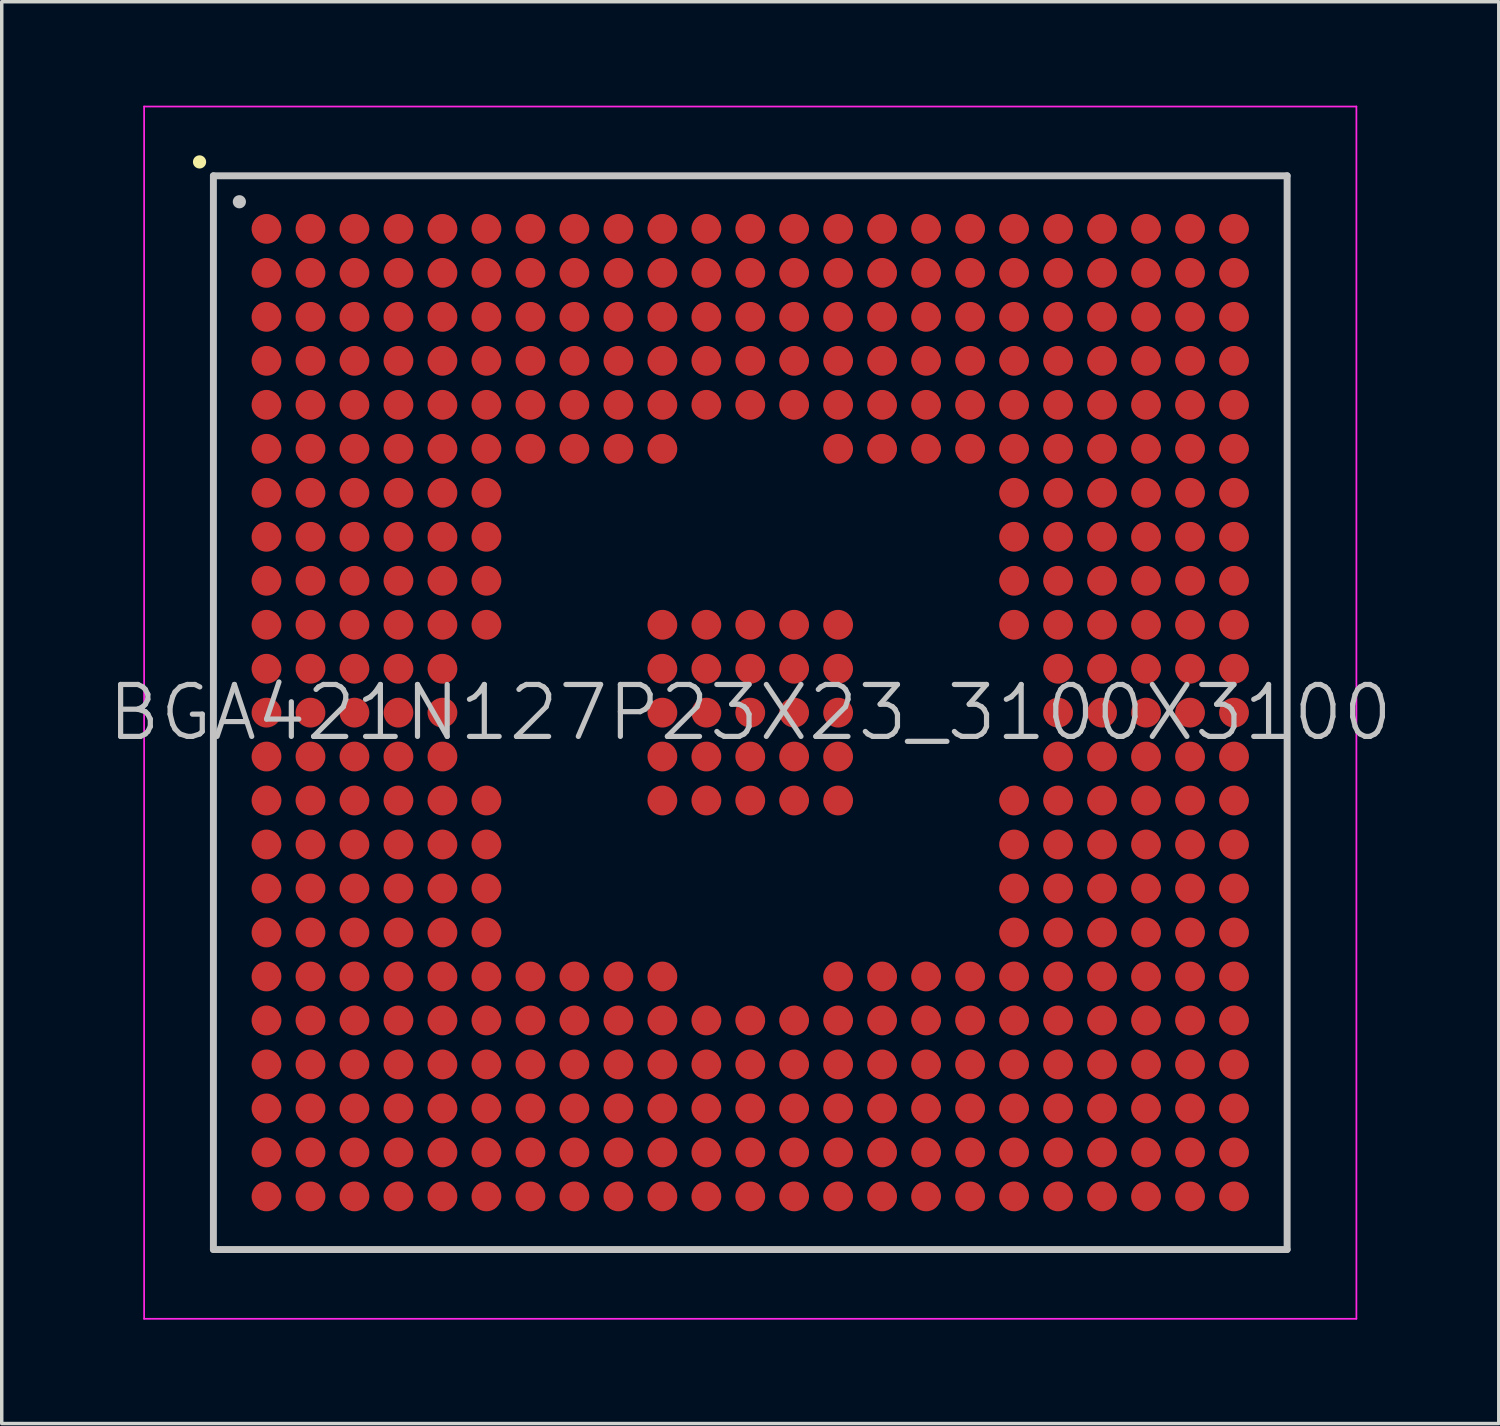
<source format=kicad_pcb>
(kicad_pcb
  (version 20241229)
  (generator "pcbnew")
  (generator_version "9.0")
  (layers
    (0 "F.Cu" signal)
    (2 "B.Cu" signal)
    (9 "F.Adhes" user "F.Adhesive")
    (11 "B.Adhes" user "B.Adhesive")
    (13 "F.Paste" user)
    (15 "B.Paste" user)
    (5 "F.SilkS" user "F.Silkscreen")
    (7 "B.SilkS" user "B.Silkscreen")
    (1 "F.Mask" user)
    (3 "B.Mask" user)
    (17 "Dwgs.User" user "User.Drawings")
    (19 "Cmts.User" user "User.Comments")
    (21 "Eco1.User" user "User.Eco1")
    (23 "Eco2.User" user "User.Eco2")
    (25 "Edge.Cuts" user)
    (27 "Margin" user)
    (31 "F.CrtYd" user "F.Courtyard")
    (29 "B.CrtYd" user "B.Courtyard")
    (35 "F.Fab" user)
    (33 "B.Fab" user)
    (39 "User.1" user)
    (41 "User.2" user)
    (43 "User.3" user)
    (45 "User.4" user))
  (footprint "BGA421N127P23X23_3100X3100"
    (layer "F.Cu")
    (at 18.611 17.525)
    (property "Reference" "BGA421N127P23X23_3100X3100" (at 0 0 0) (layer "Dwgs.User") (effects (font (size 1.5 1.5) (thickness 0.15))))
    (attr smd)
    (fp_line (start -15.9 -15.9) (end -15.9 -15.9) (stroke (width 0.381) (type solid)) (layer "F.SilkS"))
    (fp_line (start -15.5 -15.5) (end -15.5 15.5) (stroke (width 0.2) (type solid)) (layer "Dwgs.User"))
    (fp_line (start -15.5 -15.5) (end 15.5 -15.5) (stroke (width 0.2) (type solid)) (layer "Dwgs.User"))
    (fp_line (start -15.5 15.5) (end 15.5 15.5) (stroke (width 0.2) (type solid)) (layer "Dwgs.User"))
    (fp_line (start -14.75 -14.75) (end -14.75 -14.75) (stroke (width 0.381) (type solid)) (layer "Dwgs.User"))
    (fp_line (start 15.5 -15.5) (end 15.5 15.5) (stroke (width 0.2) (type solid)) (layer "Dwgs.User"))
    (fp_line (start -17.5 -17.5) (end -17.5 17.5) (stroke (width 0.05) (type solid)) (layer "F.CrtYd"))
    (fp_line (start -17.5 -17.5) (end 17.5 -17.5) (stroke (width 0.05) (type solid)) (layer "F.CrtYd"))
    (fp_line (start -17.5 17.5) (end 17.5 17.5) (stroke (width 0.05) (type solid)) (layer "F.CrtYd"))
    (fp_line (start 17.5 -17.5) (end 17.5 17.5) (stroke (width 0.05) (type solid)) (layer "F.CrtYd"))
    (pad "A1" smd circle (at -13.967 -13.967 270) (size 0.86 0.86) (layers "F.Cu" "F.Mask" "F.Paste"))
    (pad "A2" smd circle (at -12.697 -13.967 270) (size 0.86 0.86) (layers "F.Cu" "F.Mask" "F.Paste"))
    (pad "A3" smd circle (at -11.427 -13.967 270) (size 0.86 0.86) (layers "F.Cu" "F.Mask" "F.Paste"))
    (pad "A4" smd circle (at -10.157 -13.967 270) (size 0.86 0.86) (layers "F.Cu" "F.Mask" "F.Paste"))
    (pad "A5" smd circle (at -8.887 -13.967 270) (size 0.86 0.86) (layers "F.Cu" "F.Mask" "F.Paste"))
    (pad "A6" smd circle (at -7.617 -13.967 270) (size 0.86 0.86) (layers "F.Cu" "F.Mask" "F.Paste"))
    (pad "A7" smd circle (at -6.347 -13.967 270) (size 0.86 0.86) (layers "F.Cu" "F.Mask" "F.Paste"))
    (pad "A8" smd circle (at -5.077 -13.967 270) (size 0.86 0.86) (layers "F.Cu" "F.Mask" "F.Paste"))
    (pad "A9" smd circle (at -3.807 -13.967 270) (size 0.86 0.86) (layers "F.Cu" "F.Mask" "F.Paste"))
    (pad "A10" smd circle (at -2.537 -13.967 270) (size 0.86 0.86) (layers "F.Cu" "F.Mask" "F.Paste"))
    (pad "A11" smd circle (at -1.267 -13.967 270) (size 0.86 0.86) (layers "F.Cu" "F.Mask" "F.Paste"))
    (pad "A12" smd circle (at 0 -13.967 270) (size 0.86 0.86) (layers "F.Cu" "F.Mask" "F.Paste"))
    (pad "A13" smd circle (at 1.267 -13.967 270) (size 0.86 0.86) (layers "F.Cu" "F.Mask" "F.Paste"))
    (pad "A14" smd circle (at 2.537 -13.967 270) (size 0.86 0.86) (layers "F.Cu" "F.Mask" "F.Paste"))
    (pad "A15" smd circle (at 3.807 -13.967 270) (size 0.86 0.86) (layers "F.Cu" "F.Mask" "F.Paste"))
    (pad "A16" smd circle (at 5.077 -13.967 270) (size 0.86 0.86) (layers "F.Cu" "F.Mask" "F.Paste"))
    (pad "A17" smd circle (at 6.347 -13.967 270) (size 0.86 0.86) (layers "F.Cu" "F.Mask" "F.Paste"))
    (pad "A18" smd circle (at 7.617 -13.967 270) (size 0.86 0.86) (layers "F.Cu" "F.Mask" "F.Paste"))
    (pad "A19" smd circle (at 8.887 -13.967 270) (size 0.86 0.86) (layers "F.Cu" "F.Mask" "F.Paste"))
    (pad "A20" smd circle (at 10.157 -13.967 270) (size 0.86 0.86) (layers "F.Cu" "F.Mask" "F.Paste"))
    (pad "A21" smd circle (at 11.427 -13.967 270) (size 0.86 0.86) (layers "F.Cu" "F.Mask" "F.Paste"))
    (pad "A22" smd circle (at 12.697 -13.967 270) (size 0.86 0.86) (layers "F.Cu" "F.Mask" "F.Paste"))
    (pad "A23" smd circle (at 13.967 -13.967 270) (size 0.86 0.86) (layers "F.Cu" "F.Mask" "F.Paste"))
    (pad "AA1" smd circle (at -13.967 11.427 270) (size 0.86 0.86) (layers "F.Cu" "F.Mask" "F.Paste"))
    (pad "AA2" smd circle (at -12.697 11.427 270) (size 0.86 0.86) (layers "F.Cu" "F.Mask" "F.Paste"))
    (pad "AA3" smd circle (at -11.427 11.427 270) (size 0.86 0.86) (layers "F.Cu" "F.Mask" "F.Paste"))
    (pad "AA4" smd circle (at -10.157 11.427 270) (size 0.86 0.86) (layers "F.Cu" "F.Mask" "F.Paste"))
    (pad "AA5" smd circle (at -8.887 11.427 270) (size 0.86 0.86) (layers "F.Cu" "F.Mask" "F.Paste"))
    (pad "AA6" smd circle (at -7.617 11.427 270) (size 0.86 0.86) (layers "F.Cu" "F.Mask" "F.Paste"))
    (pad "AA7" smd circle (at -6.347 11.427 270) (size 0.86 0.86) (layers "F.Cu" "F.Mask" "F.Paste"))
    (pad "AA8" smd circle (at -5.077 11.427 270) (size 0.86 0.86) (layers "F.Cu" "F.Mask" "F.Paste"))
    (pad "AA9" smd circle (at -3.807 11.427 270) (size 0.86 0.86) (layers "F.Cu" "F.Mask" "F.Paste"))
    (pad "AA10" smd circle (at -2.537 11.427 270) (size 0.86 0.86) (layers "F.Cu" "F.Mask" "F.Paste"))
    (pad "AA11" smd circle (at -1.267 11.427 270) (size 0.86 0.86) (layers "F.Cu" "F.Mask" "F.Paste"))
    (pad "AA12" smd circle (at 0 11.427 270) (size 0.86 0.86) (layers "F.Cu" "F.Mask" "F.Paste"))
    (pad "AA13" smd circle (at 1.267 11.427 270) (size 0.86 0.86) (layers "F.Cu" "F.Mask" "F.Paste"))
    (pad "AA14" smd circle (at 2.537 11.427 270) (size 0.86 0.86) (layers "F.Cu" "F.Mask" "F.Paste"))
    (pad "AA15" smd circle (at 3.807 11.427 270) (size 0.86 0.86) (layers "F.Cu" "F.Mask" "F.Paste"))
    (pad "AA16" smd circle (at 5.077 11.427 270) (size 0.86 0.86) (layers "F.Cu" "F.Mask" "F.Paste"))
    (pad "AA17" smd circle (at 6.347 11.427 270) (size 0.86 0.86) (layers "F.Cu" "F.Mask" "F.Paste"))
    (pad "AA18" smd circle (at 7.617 11.427 270) (size 0.86 0.86) (layers "F.Cu" "F.Mask" "F.Paste"))
    (pad "AA19" smd circle (at 8.887 11.427 270) (size 0.86 0.86) (layers "F.Cu" "F.Mask" "F.Paste"))
    (pad "AA20" smd circle (at 10.157 11.427 270) (size 0.86 0.86) (layers "F.Cu" "F.Mask" "F.Paste"))
    (pad "AA21" smd circle (at 11.427 11.427 270) (size 0.86 0.86) (layers "F.Cu" "F.Mask" "F.Paste"))
    (pad "AA22" smd circle (at 12.697 11.427 270) (size 0.86 0.86) (layers "F.Cu" "F.Mask" "F.Paste"))
    (pad "AA23" smd circle (at 13.967 11.427 270) (size 0.86 0.86) (layers "F.Cu" "F.Mask" "F.Paste"))
    (pad "AB1" smd circle (at -13.967 12.697 270) (size 0.86 0.86) (layers "F.Cu" "F.Mask" "F.Paste"))
    (pad "AB2" smd circle (at -12.697 12.697 270) (size 0.86 0.86) (layers "F.Cu" "F.Mask" "F.Paste"))
    (pad "AB3" smd circle (at -11.427 12.697 270) (size 0.86 0.86) (layers "F.Cu" "F.Mask" "F.Paste"))
    (pad "AB4" smd circle (at -10.157 12.697 270) (size 0.86 0.86) (layers "F.Cu" "F.Mask" "F.Paste"))
    (pad "AB5" smd circle (at -8.887 12.697 270) (size 0.86 0.86) (layers "F.Cu" "F.Mask" "F.Paste"))
    (pad "AB6" smd circle (at -7.617 12.697 270) (size 0.86 0.86) (layers "F.Cu" "F.Mask" "F.Paste"))
    (pad "AB7" smd circle (at -6.347 12.697 270) (size 0.86 0.86) (layers "F.Cu" "F.Mask" "F.Paste"))
    (pad "AB8" smd circle (at -5.077 12.697 270) (size 0.86 0.86) (layers "F.Cu" "F.Mask" "F.Paste"))
    (pad "AB9" smd circle (at -3.807 12.697 270) (size 0.86 0.86) (layers "F.Cu" "F.Mask" "F.Paste"))
    (pad "AB10" smd circle (at -2.537 12.697 270) (size 0.86 0.86) (layers "F.Cu" "F.Mask" "F.Paste"))
    (pad "AB11" smd circle (at -1.267 12.697 270) (size 0.86 0.86) (layers "F.Cu" "F.Mask" "F.Paste"))
    (pad "AB12" smd circle (at 0 12.697 270) (size 0.86 0.86) (layers "F.Cu" "F.Mask" "F.Paste"))
    (pad "AB13" smd circle (at 1.267 12.697 270) (size 0.86 0.86) (layers "F.Cu" "F.Mask" "F.Paste"))
    (pad "AB14" smd circle (at 2.537 12.697 270) (size 0.86 0.86) (layers "F.Cu" "F.Mask" "F.Paste"))
    (pad "AB15" smd circle (at 3.807 12.697 270) (size 0.86 0.86) (layers "F.Cu" "F.Mask" "F.Paste"))
    (pad "AB16" smd circle (at 5.077 12.697 270) (size 0.86 0.86) (layers "F.Cu" "F.Mask" "F.Paste"))
    (pad "AB17" smd circle (at 6.347 12.697 270) (size 0.86 0.86) (layers "F.Cu" "F.Mask" "F.Paste"))
    (pad "AB18" smd circle (at 7.617 12.697 270) (size 0.86 0.86) (layers "F.Cu" "F.Mask" "F.Paste"))
    (pad "AB19" smd circle (at 8.887 12.697 270) (size 0.86 0.86) (layers "F.Cu" "F.Mask" "F.Paste"))
    (pad "AB20" smd circle (at 10.157 12.697 270) (size 0.86 0.86) (layers "F.Cu" "F.Mask" "F.Paste"))
    (pad "AB21" smd circle (at 11.427 12.697 270) (size 0.86 0.86) (layers "F.Cu" "F.Mask" "F.Paste"))
    (pad "AB22" smd circle (at 12.697 12.697 270) (size 0.86 0.86) (layers "F.Cu" "F.Mask" "F.Paste"))
    (pad "AB23" smd circle (at 13.967 12.697 270) (size 0.86 0.86) (layers "F.Cu" "F.Mask" "F.Paste"))
    (pad "AC1" smd circle (at -13.967 13.967 270) (size 0.86 0.86) (layers "F.Cu" "F.Mask" "F.Paste"))
    (pad "AC2" smd circle (at -12.697 13.967 270) (size 0.86 0.86) (layers "F.Cu" "F.Mask" "F.Paste"))
    (pad "AC3" smd circle (at -11.427 13.967 270) (size 0.86 0.86) (layers "F.Cu" "F.Mask" "F.Paste"))
    (pad "AC4" smd circle (at -10.157 13.967 270) (size 0.86 0.86) (layers "F.Cu" "F.Mask" "F.Paste"))
    (pad "AC5" smd circle (at -8.887 13.967 270) (size 0.86 0.86) (layers "F.Cu" "F.Mask" "F.Paste"))
    (pad "AC6" smd circle (at -7.617 13.967 270) (size 0.86 0.86) (layers "F.Cu" "F.Mask" "F.Paste"))
    (pad "AC7" smd circle (at -6.347 13.967 270) (size 0.86 0.86) (layers "F.Cu" "F.Mask" "F.Paste"))
    (pad "AC8" smd circle (at -5.077 13.967 270) (size 0.86 0.86) (layers "F.Cu" "F.Mask" "F.Paste"))
    (pad "AC9" smd circle (at -3.807 13.967 270) (size 0.86 0.86) (layers "F.Cu" "F.Mask" "F.Paste"))
    (pad "AC10" smd circle (at -2.537 13.967 270) (size 0.86 0.86) (layers "F.Cu" "F.Mask" "F.Paste"))
    (pad "AC11" smd circle (at -1.267 13.967 270) (size 0.86 0.86) (layers "F.Cu" "F.Mask" "F.Paste"))
    (pad "AC12" smd circle (at 0 13.967 270) (size 0.86 0.86) (layers "F.Cu" "F.Mask" "F.Paste"))
    (pad "AC13" smd circle (at 1.267 13.967 270) (size 0.86 0.86) (layers "F.Cu" "F.Mask" "F.Paste"))
    (pad "AC14" smd circle (at 2.537 13.967 270) (size 0.86 0.86) (layers "F.Cu" "F.Mask" "F.Paste"))
    (pad "AC15" smd circle (at 3.807 13.967 270) (size 0.86 0.86) (layers "F.Cu" "F.Mask" "F.Paste"))
    (pad "AC16" smd circle (at 5.077 13.967 270) (size 0.86 0.86) (layers "F.Cu" "F.Mask" "F.Paste"))
    (pad "AC17" smd circle (at 6.347 13.967 270) (size 0.86 0.86) (layers "F.Cu" "F.Mask" "F.Paste"))
    (pad "AC18" smd circle (at 7.617 13.967 270) (size 0.86 0.86) (layers "F.Cu" "F.Mask" "F.Paste"))
    (pad "AC19" smd circle (at 8.887 13.967 270) (size 0.86 0.86) (layers "F.Cu" "F.Mask" "F.Paste"))
    (pad "AC20" smd circle (at 10.157 13.967 270) (size 0.86 0.86) (layers "F.Cu" "F.Mask" "F.Paste"))
    (pad "AC21" smd circle (at 11.427 13.967 270) (size 0.86 0.86) (layers "F.Cu" "F.Mask" "F.Paste"))
    (pad "AC22" smd circle (at 12.697 13.967 270) (size 0.86 0.86) (layers "F.Cu" "F.Mask" "F.Paste"))
    (pad "AC23" smd circle (at 13.967 13.967 270) (size 0.86 0.86) (layers "F.Cu" "F.Mask" "F.Paste"))
    (pad "B1" smd circle (at -13.967 -12.697 270) (size 0.86 0.86) (layers "F.Cu" "F.Mask" "F.Paste"))
    (pad "B2" smd circle (at -12.697 -12.697 270) (size 0.86 0.86) (layers "F.Cu" "F.Mask" "F.Paste"))
    (pad "B3" smd circle (at -11.427 -12.697 270) (size 0.86 0.86) (layers "F.Cu" "F.Mask" "F.Paste"))
    (pad "B4" smd circle (at -10.157 -12.697 270) (size 0.86 0.86) (layers "F.Cu" "F.Mask" "F.Paste"))
    (pad "B5" smd circle (at -8.887 -12.697 270) (size 0.86 0.86) (layers "F.Cu" "F.Mask" "F.Paste"))
    (pad "B6" smd circle (at -7.617 -12.697 270) (size 0.86 0.86) (layers "F.Cu" "F.Mask" "F.Paste"))
    (pad "B7" smd circle (at -6.347 -12.697 270) (size 0.86 0.86) (layers "F.Cu" "F.Mask" "F.Paste"))
    (pad "B8" smd circle (at -5.077 -12.697 270) (size 0.86 0.86) (layers "F.Cu" "F.Mask" "F.Paste"))
    (pad "B9" smd circle (at -3.807 -12.697 270) (size 0.86 0.86) (layers "F.Cu" "F.Mask" "F.Paste"))
    (pad "B10" smd circle (at -2.537 -12.697 270) (size 0.86 0.86) (layers "F.Cu" "F.Mask" "F.Paste"))
    (pad "B11" smd circle (at -1.267 -12.697 270) (size 0.86 0.86) (layers "F.Cu" "F.Mask" "F.Paste"))
    (pad "B12" smd circle (at 0 -12.697 270) (size 0.86 0.86) (layers "F.Cu" "F.Mask" "F.Paste"))
    (pad "B13" smd circle (at 1.267 -12.697 270) (size 0.86 0.86) (layers "F.Cu" "F.Mask" "F.Paste"))
    (pad "B14" smd circle (at 2.537 -12.697 270) (size 0.86 0.86) (layers "F.Cu" "F.Mask" "F.Paste"))
    (pad "B15" smd circle (at 3.807 -12.697 270) (size 0.86 0.86) (layers "F.Cu" "F.Mask" "F.Paste"))
    (pad "B16" smd circle (at 5.077 -12.697 270) (size 0.86 0.86) (layers "F.Cu" "F.Mask" "F.Paste"))
    (pad "B17" smd circle (at 6.347 -12.697 270) (size 0.86 0.86) (layers "F.Cu" "F.Mask" "F.Paste"))
    (pad "B18" smd circle (at 7.617 -12.697 270) (size 0.86 0.86) (layers "F.Cu" "F.Mask" "F.Paste"))
    (pad "B19" smd circle (at 8.887 -12.697 270) (size 0.86 0.86) (layers "F.Cu" "F.Mask" "F.Paste"))
    (pad "B20" smd circle (at 10.157 -12.697 270) (size 0.86 0.86) (layers "F.Cu" "F.Mask" "F.Paste"))
    (pad "B21" smd circle (at 11.427 -12.697 270) (size 0.86 0.86) (layers "F.Cu" "F.Mask" "F.Paste"))
    (pad "B22" smd circle (at 12.697 -12.697 270) (size 0.86 0.86) (layers "F.Cu" "F.Mask" "F.Paste"))
    (pad "B23" smd circle (at 13.967 -12.697 270) (size 0.86 0.86) (layers "F.Cu" "F.Mask" "F.Paste"))
    (pad "C1" smd circle (at -13.967 -11.427 270) (size 0.86 0.86) (layers "F.Cu" "F.Mask" "F.Paste"))
    (pad "C2" smd circle (at -12.697 -11.427 270) (size 0.86 0.86) (layers "F.Cu" "F.Mask" "F.Paste"))
    (pad "C3" smd circle (at -11.427 -11.427 270) (size 0.86 0.86) (layers "F.Cu" "F.Mask" "F.Paste"))
    (pad "C4" smd circle (at -10.157 -11.427 270) (size 0.86 0.86) (layers "F.Cu" "F.Mask" "F.Paste"))
    (pad "C5" smd circle (at -8.887 -11.427 270) (size 0.86 0.86) (layers "F.Cu" "F.Mask" "F.Paste"))
    (pad "C6" smd circle (at -7.617 -11.427 270) (size 0.86 0.86) (layers "F.Cu" "F.Mask" "F.Paste"))
    (pad "C7" smd circle (at -6.347 -11.427 270) (size 0.86 0.86) (layers "F.Cu" "F.Mask" "F.Paste"))
    (pad "C8" smd circle (at -5.077 -11.427 270) (size 0.86 0.86) (layers "F.Cu" "F.Mask" "F.Paste"))
    (pad "C9" smd circle (at -3.807 -11.427 270) (size 0.86 0.86) (layers "F.Cu" "F.Mask" "F.Paste"))
    (pad "C10" smd circle (at -2.537 -11.427 270) (size 0.86 0.86) (layers "F.Cu" "F.Mask" "F.Paste"))
    (pad "C11" smd circle (at -1.267 -11.427 270) (size 0.86 0.86) (layers "F.Cu" "F.Mask" "F.Paste"))
    (pad "C12" smd circle (at 0 -11.427 270) (size 0.86 0.86) (layers "F.Cu" "F.Mask" "F.Paste"))
    (pad "C13" smd circle (at 1.267 -11.427 270) (size 0.86 0.86) (layers "F.Cu" "F.Mask" "F.Paste"))
    (pad "C14" smd circle (at 2.537 -11.427 270) (size 0.86 0.86) (layers "F.Cu" "F.Mask" "F.Paste"))
    (pad "C15" smd circle (at 3.807 -11.427 270) (size 0.86 0.86) (layers "F.Cu" "F.Mask" "F.Paste"))
    (pad "C16" smd circle (at 5.077 -11.427 270) (size 0.86 0.86) (layers "F.Cu" "F.Mask" "F.Paste"))
    (pad "C17" smd circle (at 6.347 -11.427 270) (size 0.86 0.86) (layers "F.Cu" "F.Mask" "F.Paste"))
    (pad "C18" smd circle (at 7.617 -11.427 270) (size 0.86 0.86) (layers "F.Cu" "F.Mask" "F.Paste"))
    (pad "C19" smd circle (at 8.887 -11.427 270) (size 0.86 0.86) (layers "F.Cu" "F.Mask" "F.Paste"))
    (pad "C20" smd circle (at 10.157 -11.427 270) (size 0.86 0.86) (layers "F.Cu" "F.Mask" "F.Paste"))
    (pad "C21" smd circle (at 11.427 -11.427 270) (size 0.86 0.86) (layers "F.Cu" "F.Mask" "F.Paste"))
    (pad "C22" smd circle (at 12.697 -11.427 270) (size 0.86 0.86) (layers "F.Cu" "F.Mask" "F.Paste"))
    (pad "C23" smd circle (at 13.967 -11.427 270) (size 0.86 0.86) (layers "F.Cu" "F.Mask" "F.Paste"))
    (pad "D1" smd circle (at -13.967 -10.157 270) (size 0.86 0.86) (layers "F.Cu" "F.Mask" "F.Paste"))
    (pad "D2" smd circle (at -12.697 -10.157 270) (size 0.86 0.86) (layers "F.Cu" "F.Mask" "F.Paste"))
    (pad "D3" smd circle (at -11.427 -10.157 270) (size 0.86 0.86) (layers "F.Cu" "F.Mask" "F.Paste"))
    (pad "D4" smd circle (at -10.157 -10.157 270) (size 0.86 0.86) (layers "F.Cu" "F.Mask" "F.Paste"))
    (pad "D5" smd circle (at -8.887 -10.157 270) (size 0.86 0.86) (layers "F.Cu" "F.Mask" "F.Paste"))
    (pad "D6" smd circle (at -7.617 -10.157 270) (size 0.86 0.86) (layers "F.Cu" "F.Mask" "F.Paste"))
    (pad "D7" smd circle (at -6.347 -10.157 270) (size 0.86 0.86) (layers "F.Cu" "F.Mask" "F.Paste"))
    (pad "D8" smd circle (at -5.077 -10.157 270) (size 0.86 0.86) (layers "F.Cu" "F.Mask" "F.Paste"))
    (pad "D9" smd circle (at -3.807 -10.157 270) (size 0.86 0.86) (layers "F.Cu" "F.Mask" "F.Paste"))
    (pad "D10" smd circle (at -2.537 -10.157 270) (size 0.86 0.86) (layers "F.Cu" "F.Mask" "F.Paste"))
    (pad "D11" smd circle (at -1.267 -10.157 270) (size 0.86 0.86) (layers "F.Cu" "F.Mask" "F.Paste"))
    (pad "D12" smd circle (at 0 -10.157 270) (size 0.86 0.86) (layers "F.Cu" "F.Mask" "F.Paste"))
    (pad "D13" smd circle (at 1.267 -10.157 270) (size 0.86 0.86) (layers "F.Cu" "F.Mask" "F.Paste"))
    (pad "D14" smd circle (at 2.537 -10.157 270) (size 0.86 0.86) (layers "F.Cu" "F.Mask" "F.Paste"))
    (pad "D15" smd circle (at 3.807 -10.157 270) (size 0.86 0.86) (layers "F.Cu" "F.Mask" "F.Paste"))
    (pad "D16" smd circle (at 5.077 -10.157 270) (size 0.86 0.86) (layers "F.Cu" "F.Mask" "F.Paste"))
    (pad "D17" smd circle (at 6.347 -10.157 270) (size 0.86 0.86) (layers "F.Cu" "F.Mask" "F.Paste"))
    (pad "D18" smd circle (at 7.617 -10.157 270) (size 0.86 0.86) (layers "F.Cu" "F.Mask" "F.Paste"))
    (pad "D19" smd circle (at 8.887 -10.157 270) (size 0.86 0.86) (layers "F.Cu" "F.Mask" "F.Paste"))
    (pad "D20" smd circle (at 10.157 -10.157 270) (size 0.86 0.86) (layers "F.Cu" "F.Mask" "F.Paste"))
    (pad "D21" smd circle (at 11.427 -10.157 270) (size 0.86 0.86) (layers "F.Cu" "F.Mask" "F.Paste"))
    (pad "D22" smd circle (at 12.697 -10.157 270) (size 0.86 0.86) (layers "F.Cu" "F.Mask" "F.Paste"))
    (pad "D23" smd circle (at 13.967 -10.157 270) (size 0.86 0.86) (layers "F.Cu" "F.Mask" "F.Paste"))
    (pad "E1" smd circle (at -13.967 -8.887 270) (size 0.86 0.86) (layers "F.Cu" "F.Mask" "F.Paste"))
    (pad "E2" smd circle (at -12.697 -8.887 270) (size 0.86 0.86) (layers "F.Cu" "F.Mask" "F.Paste"))
    (pad "E3" smd circle (at -11.427 -8.887 270) (size 0.86 0.86) (layers "F.Cu" "F.Mask" "F.Paste"))
    (pad "E4" smd circle (at -10.157 -8.887 270) (size 0.86 0.86) (layers "F.Cu" "F.Mask" "F.Paste"))
    (pad "E5" smd circle (at -8.887 -8.887 270) (size 0.86 0.86) (layers "F.Cu" "F.Mask" "F.Paste"))
    (pad "E6" smd circle (at -7.617 -8.887 270) (size 0.86 0.86) (layers "F.Cu" "F.Mask" "F.Paste"))
    (pad "E7" smd circle (at -6.347 -8.887 270) (size 0.86 0.86) (layers "F.Cu" "F.Mask" "F.Paste"))
    (pad "E8" smd circle (at -5.077 -8.887 270) (size 0.86 0.86) (layers "F.Cu" "F.Mask" "F.Paste"))
    (pad "E9" smd circle (at -3.807 -8.887 270) (size 0.86 0.86) (layers "F.Cu" "F.Mask" "F.Paste"))
    (pad "E10" smd circle (at -2.537 -8.887 270) (size 0.86 0.86) (layers "F.Cu" "F.Mask" "F.Paste"))
    (pad "E11" smd circle (at -1.267 -8.887 270) (size 0.86 0.86) (layers "F.Cu" "F.Mask" "F.Paste"))
    (pad "E12" smd circle (at 0 -8.887 270) (size 0.86 0.86) (layers "F.Cu" "F.Mask" "F.Paste"))
    (pad "E13" smd circle (at 1.267 -8.887 270) (size 0.86 0.86) (layers "F.Cu" "F.Mask" "F.Paste"))
    (pad "E14" smd circle (at 2.537 -8.887 270) (size 0.86 0.86) (layers "F.Cu" "F.Mask" "F.Paste"))
    (pad "E15" smd circle (at 3.807 -8.887 270) (size 0.86 0.86) (layers "F.Cu" "F.Mask" "F.Paste"))
    (pad "E16" smd circle (at 5.077 -8.887 270) (size 0.86 0.86) (layers "F.Cu" "F.Mask" "F.Paste"))
    (pad "E17" smd circle (at 6.347 -8.887 270) (size 0.86 0.86) (layers "F.Cu" "F.Mask" "F.Paste"))
    (pad "E18" smd circle (at 7.617 -8.887 270) (size 0.86 0.86) (layers "F.Cu" "F.Mask" "F.Paste"))
    (pad "E19" smd circle (at 8.887 -8.887 270) (size 0.86 0.86) (layers "F.Cu" "F.Mask" "F.Paste"))
    (pad "E20" smd circle (at 10.157 -8.887 270) (size 0.86 0.86) (layers "F.Cu" "F.Mask" "F.Paste"))
    (pad "E21" smd circle (at 11.427 -8.887 270) (size 0.86 0.86) (layers "F.Cu" "F.Mask" "F.Paste"))
    (pad "E22" smd circle (at 12.697 -8.887 270) (size 0.86 0.86) (layers "F.Cu" "F.Mask" "F.Paste"))
    (pad "E23" smd circle (at 13.967 -8.887 270) (size 0.86 0.86) (layers "F.Cu" "F.Mask" "F.Paste"))
    (pad "F1" smd circle (at -13.967 -7.617 270) (size 0.86 0.86) (layers "F.Cu" "F.Mask" "F.Paste"))
    (pad "F2" smd circle (at -12.697 -7.617 270) (size 0.86 0.86) (layers "F.Cu" "F.Mask" "F.Paste"))
    (pad "F3" smd circle (at -11.427 -7.617 270) (size 0.86 0.86) (layers "F.Cu" "F.Mask" "F.Paste"))
    (pad "F4" smd circle (at -10.157 -7.617 270) (size 0.86 0.86) (layers "F.Cu" "F.Mask" "F.Paste"))
    (pad "F5" smd circle (at -8.887 -7.617 270) (size 0.86 0.86) (layers "F.Cu" "F.Mask" "F.Paste"))
    (pad "F6" smd circle (at -7.617 -7.617 270) (size 0.86 0.86) (layers "F.Cu" "F.Mask" "F.Paste"))
    (pad "F7" smd circle (at -6.347 -7.617 270) (size 0.86 0.86) (layers "F.Cu" "F.Mask" "F.Paste"))
    (pad "F8" smd circle (at -5.077 -7.617 270) (size 0.86 0.86) (layers "F.Cu" "F.Mask" "F.Paste"))
    (pad "F9" smd circle (at -3.807 -7.617 270) (size 0.86 0.86) (layers "F.Cu" "F.Mask" "F.Paste"))
    (pad "F10" smd circle (at -2.537 -7.617 270) (size 0.86 0.86) (layers "F.Cu" "F.Mask" "F.Paste"))
    (pad "F14" smd circle (at 2.537 -7.617 270) (size 0.86 0.86) (layers "F.Cu" "F.Mask" "F.Paste"))
    (pad "F15" smd circle (at 3.807 -7.617 270) (size 0.86 0.86) (layers "F.Cu" "F.Mask" "F.Paste"))
    (pad "F16" smd circle (at 5.077 -7.617 270) (size 0.86 0.86) (layers "F.Cu" "F.Mask" "F.Paste"))
    (pad "F17" smd circle (at 6.347 -7.617 270) (size 0.86 0.86) (layers "F.Cu" "F.Mask" "F.Paste"))
    (pad "F18" smd circle (at 7.617 -7.617 270) (size 0.86 0.86) (layers "F.Cu" "F.Mask" "F.Paste"))
    (pad "F19" smd circle (at 8.887 -7.617 270) (size 0.86 0.86) (layers "F.Cu" "F.Mask" "F.Paste"))
    (pad "F20" smd circle (at 10.157 -7.617 270) (size 0.86 0.86) (layers "F.Cu" "F.Mask" "F.Paste"))
    (pad "F21" smd circle (at 11.427 -7.617 270) (size 0.86 0.86) (layers "F.Cu" "F.Mask" "F.Paste"))
    (pad "F22" smd circle (at 12.697 -7.617 270) (size 0.86 0.86) (layers "F.Cu" "F.Mask" "F.Paste"))
    (pad "F23" smd circle (at 13.967 -7.617 270) (size 0.86 0.86) (layers "F.Cu" "F.Mask" "F.Paste"))
    (pad "G1" smd circle (at -13.967 -6.347 270) (size 0.86 0.86) (layers "F.Cu" "F.Mask" "F.Paste"))
    (pad "G2" smd circle (at -12.697 -6.347 270) (size 0.86 0.86) (layers "F.Cu" "F.Mask" "F.Paste"))
    (pad "G3" smd circle (at -11.427 -6.347 270) (size 0.86 0.86) (layers "F.Cu" "F.Mask" "F.Paste"))
    (pad "G4" smd circle (at -10.157 -6.347 270) (size 0.86 0.86) (layers "F.Cu" "F.Mask" "F.Paste"))
    (pad "G5" smd circle (at -8.887 -6.347 270) (size 0.86 0.86) (layers "F.Cu" "F.Mask" "F.Paste"))
    (pad "G6" smd circle (at -7.617 -6.347 270) (size 0.86 0.86) (layers "F.Cu" "F.Mask" "F.Paste"))
    (pad "G18" smd circle (at 7.617 -6.347 270) (size 0.86 0.86) (layers "F.Cu" "F.Mask" "F.Paste"))
    (pad "G19" smd circle (at 8.887 -6.347 270) (size 0.86 0.86) (layers "F.Cu" "F.Mask" "F.Paste"))
    (pad "G20" smd circle (at 10.157 -6.347 270) (size 0.86 0.86) (layers "F.Cu" "F.Mask" "F.Paste"))
    (pad "G21" smd circle (at 11.427 -6.347 270) (size 0.86 0.86) (layers "F.Cu" "F.Mask" "F.Paste"))
    (pad "G22" smd circle (at 12.697 -6.347 270) (size 0.86 0.86) (layers "F.Cu" "F.Mask" "F.Paste"))
    (pad "G23" smd circle (at 13.967 -6.347 270) (size 0.86 0.86) (layers "F.Cu" "F.Mask" "F.Paste"))
    (pad "H1" smd circle (at -13.967 -5.077 270) (size 0.86 0.86) (layers "F.Cu" "F.Mask" "F.Paste"))
    (pad "H2" smd circle (at -12.697 -5.077 270) (size 0.86 0.86) (layers "F.Cu" "F.Mask" "F.Paste"))
    (pad "H3" smd circle (at -11.427 -5.077 270) (size 0.86 0.86) (layers "F.Cu" "F.Mask" "F.Paste"))
    (pad "H4" smd circle (at -10.157 -5.077 270) (size 0.86 0.86) (layers "F.Cu" "F.Mask" "F.Paste"))
    (pad "H5" smd circle (at -8.887 -5.077 270) (size 0.86 0.86) (layers "F.Cu" "F.Mask" "F.Paste"))
    (pad "H6" smd circle (at -7.617 -5.077 270) (size 0.86 0.86) (layers "F.Cu" "F.Mask" "F.Paste"))
    (pad "H18" smd circle (at 7.617 -5.077 270) (size 0.86 0.86) (layers "F.Cu" "F.Mask" "F.Paste"))
    (pad "H19" smd circle (at 8.887 -5.077 270) (size 0.86 0.86) (layers "F.Cu" "F.Mask" "F.Paste"))
    (pad "H20" smd circle (at 10.157 -5.077 270) (size 0.86 0.86) (layers "F.Cu" "F.Mask" "F.Paste"))
    (pad "H21" smd circle (at 11.427 -5.077 270) (size 0.86 0.86) (layers "F.Cu" "F.Mask" "F.Paste"))
    (pad "H22" smd circle (at 12.697 -5.077 270) (size 0.86 0.86) (layers "F.Cu" "F.Mask" "F.Paste"))
    (pad "H23" smd circle (at 13.967 -5.077 270) (size 0.86 0.86) (layers "F.Cu" "F.Mask" "F.Paste"))
    (pad "J1" smd circle (at -13.967 -3.807 270) (size 0.86 0.86) (layers "F.Cu" "F.Mask" "F.Paste"))
    (pad "J2" smd circle (at -12.697 -3.807 270) (size 0.86 0.86) (layers "F.Cu" "F.Mask" "F.Paste"))
    (pad "J3" smd circle (at -11.427 -3.807 270) (size 0.86 0.86) (layers "F.Cu" "F.Mask" "F.Paste"))
    (pad "J4" smd circle (at -10.157 -3.807 270) (size 0.86 0.86) (layers "F.Cu" "F.Mask" "F.Paste"))
    (pad "J5" smd circle (at -8.887 -3.807 270) (size 0.86 0.86) (layers "F.Cu" "F.Mask" "F.Paste"))
    (pad "J6" smd circle (at -7.617 -3.807 270) (size 0.86 0.86) (layers "F.Cu" "F.Mask" "F.Paste"))
    (pad "J18" smd circle (at 7.617 -3.807 270) (size 0.86 0.86) (layers "F.Cu" "F.Mask" "F.Paste"))
    (pad "J19" smd circle (at 8.887 -3.807 270) (size 0.86 0.86) (layers "F.Cu" "F.Mask" "F.Paste"))
    (pad "J20" smd circle (at 10.157 -3.807 270) (size 0.86 0.86) (layers "F.Cu" "F.Mask" "F.Paste"))
    (pad "J21" smd circle (at 11.427 -3.807 270) (size 0.86 0.86) (layers "F.Cu" "F.Mask" "F.Paste"))
    (pad "J22" smd circle (at 12.697 -3.807 270) (size 0.86 0.86) (layers "F.Cu" "F.Mask" "F.Paste"))
    (pad "J23" smd circle (at 13.967 -3.807 270) (size 0.86 0.86) (layers "F.Cu" "F.Mask" "F.Paste"))
    (pad "K1" smd circle (at -13.967 -2.537 270) (size 0.86 0.86) (layers "F.Cu" "F.Mask" "F.Paste"))
    (pad "K2" smd circle (at -12.697 -2.537 270) (size 0.86 0.86) (layers "F.Cu" "F.Mask" "F.Paste"))
    (pad "K3" smd circle (at -11.427 -2.537 270) (size 0.86 0.86) (layers "F.Cu" "F.Mask" "F.Paste"))
    (pad "K4" smd circle (at -10.157 -2.537 270) (size 0.86 0.86) (layers "F.Cu" "F.Mask" "F.Paste"))
    (pad "K5" smd circle (at -8.887 -2.537 270) (size 0.86 0.86) (layers "F.Cu" "F.Mask" "F.Paste"))
    (pad "K6" smd circle (at -7.617 -2.537 270) (size 0.86 0.86) (layers "F.Cu" "F.Mask" "F.Paste"))
    (pad "K10" smd circle (at -2.537 -2.537 270) (size 0.86 0.86) (layers "F.Cu" "F.Mask" "F.Paste"))
    (pad "K11" smd circle (at -1.267 -2.537 270) (size 0.86 0.86) (layers "F.Cu" "F.Mask" "F.Paste"))
    (pad "K12" smd circle (at 0 -2.537 270) (size 0.86 0.86) (layers "F.Cu" "F.Mask" "F.Paste"))
    (pad "K13" smd circle (at 1.267 -2.537 270) (size 0.86 0.86) (layers "F.Cu" "F.Mask" "F.Paste"))
    (pad "K14" smd circle (at 2.537 -2.537 270) (size 0.86 0.86) (layers "F.Cu" "F.Mask" "F.Paste"))
    (pad "K18" smd circle (at 7.617 -2.537 270) (size 0.86 0.86) (layers "F.Cu" "F.Mask" "F.Paste"))
    (pad "K19" smd circle (at 8.887 -2.537 270) (size 0.86 0.86) (layers "F.Cu" "F.Mask" "F.Paste"))
    (pad "K20" smd circle (at 10.157 -2.537 270) (size 0.86 0.86) (layers "F.Cu" "F.Mask" "F.Paste"))
    (pad "K21" smd circle (at 11.427 -2.537 270) (size 0.86 0.86) (layers "F.Cu" "F.Mask" "F.Paste"))
    (pad "K22" smd circle (at 12.697 -2.537 270) (size 0.86 0.86) (layers "F.Cu" "F.Mask" "F.Paste"))
    (pad "K23" smd circle (at 13.967 -2.537 270) (size 0.86 0.86) (layers "F.Cu" "F.Mask" "F.Paste"))
    (pad "L1" smd circle (at -13.967 -1.267 270) (size 0.86 0.86) (layers "F.Cu" "F.Mask" "F.Paste"))
    (pad "L2" smd circle (at -12.697 -1.267 270) (size 0.86 0.86) (layers "F.Cu" "F.Mask" "F.Paste"))
    (pad "L3" smd circle (at -11.427 -1.267 270) (size 0.86 0.86) (layers "F.Cu" "F.Mask" "F.Paste"))
    (pad "L4" smd circle (at -10.157 -1.267 270) (size 0.86 0.86) (layers "F.Cu" "F.Mask" "F.Paste"))
    (pad "L5" smd circle (at -8.887 -1.267 270) (size 0.86 0.86) (layers "F.Cu" "F.Mask" "F.Paste"))
    (pad "L10" smd circle (at -2.537 -1.267 270) (size 0.86 0.86) (layers "F.Cu" "F.Mask" "F.Paste"))
    (pad "L11" smd circle (at -1.267 -1.267 270) (size 0.86 0.86) (layers "F.Cu" "F.Mask" "F.Paste"))
    (pad "L12" smd circle (at 0 -1.267 270) (size 0.86 0.86) (layers "F.Cu" "F.Mask" "F.Paste"))
    (pad "L13" smd circle (at 1.267 -1.267 270) (size 0.86 0.86) (layers "F.Cu" "F.Mask" "F.Paste"))
    (pad "L14" smd circle (at 2.537 -1.267 270) (size 0.86 0.86) (layers "F.Cu" "F.Mask" "F.Paste"))
    (pad "L19" smd circle (at 8.887 -1.267 270) (size 0.86 0.86) (layers "F.Cu" "F.Mask" "F.Paste"))
    (pad "L20" smd circle (at 10.157 -1.267 270) (size 0.86 0.86) (layers "F.Cu" "F.Mask" "F.Paste"))
    (pad "L21" smd circle (at 11.427 -1.267 270) (size 0.86 0.86) (layers "F.Cu" "F.Mask" "F.Paste"))
    (pad "L22" smd circle (at 12.697 -1.267 270) (size 0.86 0.86) (layers "F.Cu" "F.Mask" "F.Paste"))
    (pad "L23" smd circle (at 13.967 -1.267 270) (size 0.86 0.86) (layers "F.Cu" "F.Mask" "F.Paste"))
    (pad "M1" smd circle (at -13.967 0 270) (size 0.86 0.86) (layers "F.Cu" "F.Mask" "F.Paste"))
    (pad "M2" smd circle (at -12.697 0 270) (size 0.86 0.86) (layers "F.Cu" "F.Mask" "F.Paste"))
    (pad "M3" smd circle (at -11.427 0 270) (size 0.86 0.86) (layers "F.Cu" "F.Mask" "F.Paste"))
    (pad "M4" smd circle (at -10.157 0 270) (size 0.86 0.86) (layers "F.Cu" "F.Mask" "F.Paste"))
    (pad "M5" smd circle (at -8.887 0 270) (size 0.86 0.86) (layers "F.Cu" "F.Mask" "F.Paste"))
    (pad "M10" smd circle (at -2.537 0 270) (size 0.86 0.86) (layers "F.Cu" "F.Mask" "F.Paste"))
    (pad "M11" smd circle (at -1.267 0 270) (size 0.86 0.86) (layers "F.Cu" "F.Mask" "F.Paste"))
    (pad "M12" smd circle (at 0 0 270) (size 0.86 0.86) (layers "F.Cu" "F.Mask" "F.Paste"))
    (pad "M13" smd circle (at 1.267 0 270) (size 0.86 0.86) (layers "F.Cu" "F.Mask" "F.Paste"))
    (pad "M14" smd circle (at 2.537 0 270) (size 0.86 0.86) (layers "F.Cu" "F.Mask" "F.Paste"))
    (pad "M19" smd circle (at 8.887 0 270) (size 0.86 0.86) (layers "F.Cu" "F.Mask" "F.Paste"))
    (pad "M20" smd circle (at 10.157 0 270) (size 0.86 0.86) (layers "F.Cu" "F.Mask" "F.Paste"))
    (pad "M21" smd circle (at 11.427 0 270) (size 0.86 0.86) (layers "F.Cu" "F.Mask" "F.Paste"))
    (pad "M22" smd circle (at 12.697 0 270) (size 0.86 0.86) (layers "F.Cu" "F.Mask" "F.Paste"))
    (pad "M23" smd circle (at 13.967 0 270) (size 0.86 0.86) (layers "F.Cu" "F.Mask" "F.Paste"))
    (pad "N1" smd circle (at -13.967 1.267 270) (size 0.86 0.86) (layers "F.Cu" "F.Mask" "F.Paste"))
    (pad "N2" smd circle (at -12.697 1.267 270) (size 0.86 0.86) (layers "F.Cu" "F.Mask" "F.Paste"))
    (pad "N3" smd circle (at -11.427 1.267 270) (size 0.86 0.86) (layers "F.Cu" "F.Mask" "F.Paste"))
    (pad "N4" smd circle (at -10.157 1.267 270) (size 0.86 0.86) (layers "F.Cu" "F.Mask" "F.Paste"))
    (pad "N5" smd circle (at -8.887 1.267 270) (size 0.86 0.86) (layers "F.Cu" "F.Mask" "F.Paste"))
    (pad "N10" smd circle (at -2.537 1.267 270) (size 0.86 0.86) (layers "F.Cu" "F.Mask" "F.Paste"))
    (pad "N11" smd circle (at -1.267 1.267 270) (size 0.86 0.86) (layers "F.Cu" "F.Mask" "F.Paste"))
    (pad "N12" smd circle (at 0 1.267 270) (size 0.86 0.86) (layers "F.Cu" "F.Mask" "F.Paste"))
    (pad "N13" smd circle (at 1.267 1.267 270) (size 0.86 0.86) (layers "F.Cu" "F.Mask" "F.Paste"))
    (pad "N14" smd circle (at 2.537 1.267 270) (size 0.86 0.86) (layers "F.Cu" "F.Mask" "F.Paste"))
    (pad "N19" smd circle (at 8.887 1.267 270) (size 0.86 0.86) (layers "F.Cu" "F.Mask" "F.Paste"))
    (pad "N20" smd circle (at 10.157 1.267 270) (size 0.86 0.86) (layers "F.Cu" "F.Mask" "F.Paste"))
    (pad "N21" smd circle (at 11.427 1.267 270) (size 0.86 0.86) (layers "F.Cu" "F.Mask" "F.Paste"))
    (pad "N22" smd circle (at 12.697 1.267 270) (size 0.86 0.86) (layers "F.Cu" "F.Mask" "F.Paste"))
    (pad "N23" smd circle (at 13.967 1.267 270) (size 0.86 0.86) (layers "F.Cu" "F.Mask" "F.Paste"))
    (pad "P1" smd circle (at -13.967 2.537 270) (size 0.86 0.86) (layers "F.Cu" "F.Mask" "F.Paste"))
    (pad "P2" smd circle (at -12.697 2.537 270) (size 0.86 0.86) (layers "F.Cu" "F.Mask" "F.Paste"))
    (pad "P3" smd circle (at -11.427 2.537 270) (size 0.86 0.86) (layers "F.Cu" "F.Mask" "F.Paste"))
    (pad "P4" smd circle (at -10.157 2.537 270) (size 0.86 0.86) (layers "F.Cu" "F.Mask" "F.Paste"))
    (pad "P5" smd circle (at -8.887 2.537 270) (size 0.86 0.86) (layers "F.Cu" "F.Mask" "F.Paste"))
    (pad "P6" smd circle (at -7.617 2.537 270) (size 0.86 0.86) (layers "F.Cu" "F.Mask" "F.Paste"))
    (pad "P10" smd circle (at -2.537 2.537 270) (size 0.86 0.86) (layers "F.Cu" "F.Mask" "F.Paste"))
    (pad "P11" smd circle (at -1.267 2.537 270) (size 0.86 0.86) (layers "F.Cu" "F.Mask" "F.Paste"))
    (pad "P12" smd circle (at 0 2.537 270) (size 0.86 0.86) (layers "F.Cu" "F.Mask" "F.Paste"))
    (pad "P13" smd circle (at 1.267 2.537 270) (size 0.86 0.86) (layers "F.Cu" "F.Mask" "F.Paste"))
    (pad "P14" smd circle (at 2.537 2.537 270) (size 0.86 0.86) (layers "F.Cu" "F.Mask" "F.Paste"))
    (pad "P18" smd circle (at 7.617 2.537 270) (size 0.86 0.86) (layers "F.Cu" "F.Mask" "F.Paste"))
    (pad "P19" smd circle (at 8.887 2.537 270) (size 0.86 0.86) (layers "F.Cu" "F.Mask" "F.Paste"))
    (pad "P20" smd circle (at 10.157 2.537 270) (size 0.86 0.86) (layers "F.Cu" "F.Mask" "F.Paste"))
    (pad "P21" smd circle (at 11.427 2.537 270) (size 0.86 0.86) (layers "F.Cu" "F.Mask" "F.Paste"))
    (pad "P22" smd circle (at 12.697 2.537 270) (size 0.86 0.86) (layers "F.Cu" "F.Mask" "F.Paste"))
    (pad "P23" smd circle (at 13.967 2.537 270) (size 0.86 0.86) (layers "F.Cu" "F.Mask" "F.Paste"))
    (pad "R1" smd circle (at -13.967 3.807 270) (size 0.86 0.86) (layers "F.Cu" "F.Mask" "F.Paste"))
    (pad "R2" smd circle (at -12.697 3.807 270) (size 0.86 0.86) (layers "F.Cu" "F.Mask" "F.Paste"))
    (pad "R3" smd circle (at -11.427 3.807 270) (size 0.86 0.86) (layers "F.Cu" "F.Mask" "F.Paste"))
    (pad "R4" smd circle (at -10.157 3.807 270) (size 0.86 0.86) (layers "F.Cu" "F.Mask" "F.Paste"))
    (pad "R5" smd circle (at -8.887 3.807 270) (size 0.86 0.86) (layers "F.Cu" "F.Mask" "F.Paste"))
    (pad "R6" smd circle (at -7.617 3.807 270) (size 0.86 0.86) (layers "F.Cu" "F.Mask" "F.Paste"))
    (pad "R18" smd circle (at 7.617 3.807 270) (size 0.86 0.86) (layers "F.Cu" "F.Mask" "F.Paste"))
    (pad "R19" smd circle (at 8.887 3.807 270) (size 0.86 0.86) (layers "F.Cu" "F.Mask" "F.Paste"))
    (pad "R20" smd circle (at 10.157 3.807 270) (size 0.86 0.86) (layers "F.Cu" "F.Mask" "F.Paste"))
    (pad "R21" smd circle (at 11.427 3.807 270) (size 0.86 0.86) (layers "F.Cu" "F.Mask" "F.Paste"))
    (pad "R22" smd circle (at 12.697 3.807 270) (size 0.86 0.86) (layers "F.Cu" "F.Mask" "F.Paste"))
    (pad "R23" smd circle (at 13.967 3.807 270) (size 0.86 0.86) (layers "F.Cu" "F.Mask" "F.Paste"))
    (pad "T1" smd circle (at -13.967 5.077 270) (size 0.86 0.86) (layers "F.Cu" "F.Mask" "F.Paste"))
    (pad "T2" smd circle (at -12.697 5.077 270) (size 0.86 0.86) (layers "F.Cu" "F.Mask" "F.Paste"))
    (pad "T3" smd circle (at -11.427 5.077 270) (size 0.86 0.86) (layers "F.Cu" "F.Mask" "F.Paste"))
    (pad "T4" smd circle (at -10.157 5.077 270) (size 0.86 0.86) (layers "F.Cu" "F.Mask" "F.Paste"))
    (pad "T5" smd circle (at -8.887 5.077 270) (size 0.86 0.86) (layers "F.Cu" "F.Mask" "F.Paste"))
    (pad "T6" smd circle (at -7.617 5.077 270) (size 0.86 0.86) (layers "F.Cu" "F.Mask" "F.Paste"))
    (pad "T18" smd circle (at 7.617 5.077 270) (size 0.86 0.86) (layers "F.Cu" "F.Mask" "F.Paste"))
    (pad "T19" smd circle (at 8.887 5.077 270) (size 0.86 0.86) (layers "F.Cu" "F.Mask" "F.Paste"))
    (pad "T20" smd circle (at 10.157 5.077 270) (size 0.86 0.86) (layers "F.Cu" "F.Mask" "F.Paste"))
    (pad "T21" smd circle (at 11.427 5.077 270) (size 0.86 0.86) (layers "F.Cu" "F.Mask" "F.Paste"))
    (pad "T22" smd circle (at 12.697 5.077 270) (size 0.86 0.86) (layers "F.Cu" "F.Mask" "F.Paste"))
    (pad "T23" smd circle (at 13.967 5.077 270) (size 0.86 0.86) (layers "F.Cu" "F.Mask" "F.Paste"))
    (pad "U1" smd circle (at -13.967 6.347 270) (size 0.86 0.86) (layers "F.Cu" "F.Mask" "F.Paste"))
    (pad "U2" smd circle (at -12.697 6.347 270) (size 0.86 0.86) (layers "F.Cu" "F.Mask" "F.Paste"))
    (pad "U3" smd circle (at -11.427 6.347 270) (size 0.86 0.86) (layers "F.Cu" "F.Mask" "F.Paste"))
    (pad "U4" smd circle (at -10.157 6.347 270) (size 0.86 0.86) (layers "F.Cu" "F.Mask" "F.Paste"))
    (pad "U5" smd circle (at -8.887 6.347 270) (size 0.86 0.86) (layers "F.Cu" "F.Mask" "F.Paste"))
    (pad "U6" smd circle (at -7.617 6.347 270) (size 0.86 0.86) (layers "F.Cu" "F.Mask" "F.Paste"))
    (pad "U18" smd circle (at 7.617 6.347 270) (size 0.86 0.86) (layers "F.Cu" "F.Mask" "F.Paste"))
    (pad "U19" smd circle (at 8.887 6.347 270) (size 0.86 0.86) (layers "F.Cu" "F.Mask" "F.Paste"))
    (pad "U20" smd circle (at 10.157 6.347 270) (size 0.86 0.86) (layers "F.Cu" "F.Mask" "F.Paste"))
    (pad "U21" smd circle (at 11.427 6.347 270) (size 0.86 0.86) (layers "F.Cu" "F.Mask" "F.Paste"))
    (pad "U22" smd circle (at 12.697 6.347 270) (size 0.86 0.86) (layers "F.Cu" "F.Mask" "F.Paste"))
    (pad "U23" smd circle (at 13.967 6.347 270) (size 0.86 0.86) (layers "F.Cu" "F.Mask" "F.Paste"))
    (pad "V1" smd circle (at -13.967 7.617 270) (size 0.86 0.86) (layers "F.Cu" "F.Mask" "F.Paste"))
    (pad "V2" smd circle (at -12.697 7.617 270) (size 0.86 0.86) (layers "F.Cu" "F.Mask" "F.Paste"))
    (pad "V3" smd circle (at -11.427 7.617 270) (size 0.86 0.86) (layers "F.Cu" "F.Mask" "F.Paste"))
    (pad "V4" smd circle (at -10.157 7.617 270) (size 0.86 0.86) (layers "F.Cu" "F.Mask" "F.Paste"))
    (pad "V5" smd circle (at -8.887 7.617 270) (size 0.86 0.86) (layers "F.Cu" "F.Mask" "F.Paste"))
    (pad "V6" smd circle (at -7.617 7.617 270) (size 0.86 0.86) (layers "F.Cu" "F.Mask" "F.Paste"))
    (pad "V7" smd circle (at -6.347 7.617 270) (size 0.86 0.86) (layers "F.Cu" "F.Mask" "F.Paste"))
    (pad "V8" smd circle (at -5.077 7.617 270) (size 0.86 0.86) (layers "F.Cu" "F.Mask" "F.Paste"))
    (pad "V9" smd circle (at -3.807 7.617 270) (size 0.86 0.86) (layers "F.Cu" "F.Mask" "F.Paste"))
    (pad "V10" smd circle (at -2.537 7.617 270) (size 0.86 0.86) (layers "F.Cu" "F.Mask" "F.Paste"))
    (pad "V14" smd circle (at 2.537 7.617 270) (size 0.86 0.86) (layers "F.Cu" "F.Mask" "F.Paste"))
    (pad "V15" smd circle (at 3.807 7.617 270) (size 0.86 0.86) (layers "F.Cu" "F.Mask" "F.Paste"))
    (pad "V16" smd circle (at 5.077 7.617 270) (size 0.86 0.86) (layers "F.Cu" "F.Mask" "F.Paste"))
    (pad "V17" smd circle (at 6.347 7.617 270) (size 0.86 0.86) (layers "F.Cu" "F.Mask" "F.Paste"))
    (pad "V18" smd circle (at 7.617 7.617 270) (size 0.86 0.86) (layers "F.Cu" "F.Mask" "F.Paste"))
    (pad "V19" smd circle (at 8.887 7.617 270) (size 0.86 0.86) (layers "F.Cu" "F.Mask" "F.Paste"))
    (pad "V20" smd circle (at 10.157 7.617 270) (size 0.86 0.86) (layers "F.Cu" "F.Mask" "F.Paste"))
    (pad "V21" smd circle (at 11.427 7.617 270) (size 0.86 0.86) (layers "F.Cu" "F.Mask" "F.Paste"))
    (pad "V22" smd circle (at 12.697 7.617 270) (size 0.86 0.86) (layers "F.Cu" "F.Mask" "F.Paste"))
    (pad "V23" smd circle (at 13.967 7.617 270) (size 0.86 0.86) (layers "F.Cu" "F.Mask" "F.Paste"))
    (pad "W1" smd circle (at -13.967 8.887 270) (size 0.86 0.86) (layers "F.Cu" "F.Mask" "F.Paste"))
    (pad "W2" smd circle (at -12.697 8.887 270) (size 0.86 0.86) (layers "F.Cu" "F.Mask" "F.Paste"))
    (pad "W3" smd circle (at -11.427 8.887 270) (size 0.86 0.86) (layers "F.Cu" "F.Mask" "F.Paste"))
    (pad "W4" smd circle (at -10.157 8.887 270) (size 0.86 0.86) (layers "F.Cu" "F.Mask" "F.Paste"))
    (pad "W5" smd circle (at -8.887 8.887 270) (size 0.86 0.86) (layers "F.Cu" "F.Mask" "F.Paste"))
    (pad "W6" smd circle (at -7.617 8.887 270) (size 0.86 0.86) (layers "F.Cu" "F.Mask" "F.Paste"))
    (pad "W7" smd circle (at -6.347 8.887 270) (size 0.86 0.86) (layers "F.Cu" "F.Mask" "F.Paste"))
    (pad "W8" smd circle (at -5.077 8.887 270) (size 0.86 0.86) (layers "F.Cu" "F.Mask" "F.Paste"))
    (pad "W9" smd circle (at -3.807 8.887 270) (size 0.86 0.86) (layers "F.Cu" "F.Mask" "F.Paste"))
    (pad "W10" smd circle (at -2.537 8.887 270) (size 0.86 0.86) (layers "F.Cu" "F.Mask" "F.Paste"))
    (pad "W11" smd circle (at -1.267 8.887 270) (size 0.86 0.86) (layers "F.Cu" "F.Mask" "F.Paste"))
    (pad "W12" smd circle (at 0 8.887 270) (size 0.86 0.86) (layers "F.Cu" "F.Mask" "F.Paste"))
    (pad "W13" smd circle (at 1.267 8.887 270) (size 0.86 0.86) (layers "F.Cu" "F.Mask" "F.Paste"))
    (pad "W14" smd circle (at 2.537 8.887 270) (size 0.86 0.86) (layers "F.Cu" "F.Mask" "F.Paste"))
    (pad "W15" smd circle (at 3.807 8.887 270) (size 0.86 0.86) (layers "F.Cu" "F.Mask" "F.Paste"))
    (pad "W16" smd circle (at 5.077 8.887 270) (size 0.86 0.86) (layers "F.Cu" "F.Mask" "F.Paste"))
    (pad "W17" smd circle (at 6.347 8.887 270) (size 0.86 0.86) (layers "F.Cu" "F.Mask" "F.Paste"))
    (pad "W18" smd circle (at 7.617 8.887 270) (size 0.86 0.86) (layers "F.Cu" "F.Mask" "F.Paste"))
    (pad "W19" smd circle (at 8.887 8.887 270) (size 0.86 0.86) (layers "F.Cu" "F.Mask" "F.Paste"))
    (pad "W20" smd circle (at 10.157 8.887 270) (size 0.86 0.86) (layers "F.Cu" "F.Mask" "F.Paste"))
    (pad "W21" smd circle (at 11.427 8.887 270) (size 0.86 0.86) (layers "F.Cu" "F.Mask" "F.Paste"))
    (pad "W22" smd circle (at 12.697 8.887 270) (size 0.86 0.86) (layers "F.Cu" "F.Mask" "F.Paste"))
    (pad "W23" smd circle (at 13.967 8.887 270) (size 0.86 0.86) (layers "F.Cu" "F.Mask" "F.Paste"))
    (pad "Y1" smd circle (at -13.967 10.157 270) (size 0.86 0.86) (layers "F.Cu" "F.Mask" "F.Paste"))
    (pad "Y2" smd circle (at -12.697 10.157 270) (size 0.86 0.86) (layers "F.Cu" "F.Mask" "F.Paste"))
    (pad "Y3" smd circle (at -11.427 10.157 270) (size 0.86 0.86) (layers "F.Cu" "F.Mask" "F.Paste"))
    (pad "Y4" smd circle (at -10.157 10.157 270) (size 0.86 0.86) (layers "F.Cu" "F.Mask" "F.Paste"))
    (pad "Y5" smd circle (at -8.887 10.157 270) (size 0.86 0.86) (layers "F.Cu" "F.Mask" "F.Paste"))
    (pad "Y6" smd circle (at -7.617 10.157 270) (size 0.86 0.86) (layers "F.Cu" "F.Mask" "F.Paste"))
    (pad "Y7" smd circle (at -6.347 10.157 270) (size 0.86 0.86) (layers "F.Cu" "F.Mask" "F.Paste"))
    (pad "Y8" smd circle (at -5.077 10.157 270) (size 0.86 0.86) (layers "F.Cu" "F.Mask" "F.Paste"))
    (pad "Y9" smd circle (at -3.807 10.157 270) (size 0.86 0.86) (layers "F.Cu" "F.Mask" "F.Paste"))
    (pad "Y10" smd circle (at -2.537 10.157 270) (size 0.86 0.86) (layers "F.Cu" "F.Mask" "F.Paste"))
    (pad "Y11" smd circle (at -1.267 10.157 270) (size 0.86 0.86) (layers "F.Cu" "F.Mask" "F.Paste"))
    (pad "Y12" smd circle (at 0 10.157 270) (size 0.86 0.86) (layers "F.Cu" "F.Mask" "F.Paste"))
    (pad "Y13" smd circle (at 1.267 10.157 270) (size 0.86 0.86) (layers "F.Cu" "F.Mask" "F.Paste"))
    (pad "Y14" smd circle (at 2.537 10.157 270) (size 0.86 0.86) (layers "F.Cu" "F.Mask" "F.Paste"))
    (pad "Y15" smd circle (at 3.807 10.157 270) (size 0.86 0.86) (layers "F.Cu" "F.Mask" "F.Paste"))
    (pad "Y16" smd circle (at 5.077 10.157 270) (size 0.86 0.86) (layers "F.Cu" "F.Mask" "F.Paste"))
    (pad "Y17" smd circle (at 6.347 10.157 270) (size 0.86 0.86) (layers "F.Cu" "F.Mask" "F.Paste"))
    (pad "Y18" smd circle (at 7.617 10.157 270) (size 0.86 0.86) (layers "F.Cu" "F.Mask" "F.Paste"))
    (pad "Y19" smd circle (at 8.887 10.157 270) (size 0.86 0.86) (layers "F.Cu" "F.Mask" "F.Paste"))
    (pad "Y20" smd circle (at 10.157 10.157 270) (size 0.86 0.86) (layers "F.Cu" "F.Mask" "F.Paste"))
    (pad "Y21" smd circle (at 11.427 10.157 270) (size 0.86 0.86) (layers "F.Cu" "F.Mask" "F.Paste"))
    (pad "Y22" smd circle (at 12.697 10.157 270) (size 0.86 0.86) (layers "F.Cu" "F.Mask" "F.Paste"))
    (pad "Y23" smd circle (at 13.967 10.157 270) (size 0.86 0.86) (layers "F.Cu" "F.Mask" "F.Paste")))
  (gr_rect
    (start -3 -3)
    (end 40.221 38.05)
    (stroke (width 0.1) (type default))
    (fill no)
    (layer "Edge.Cuts")))
</source>
